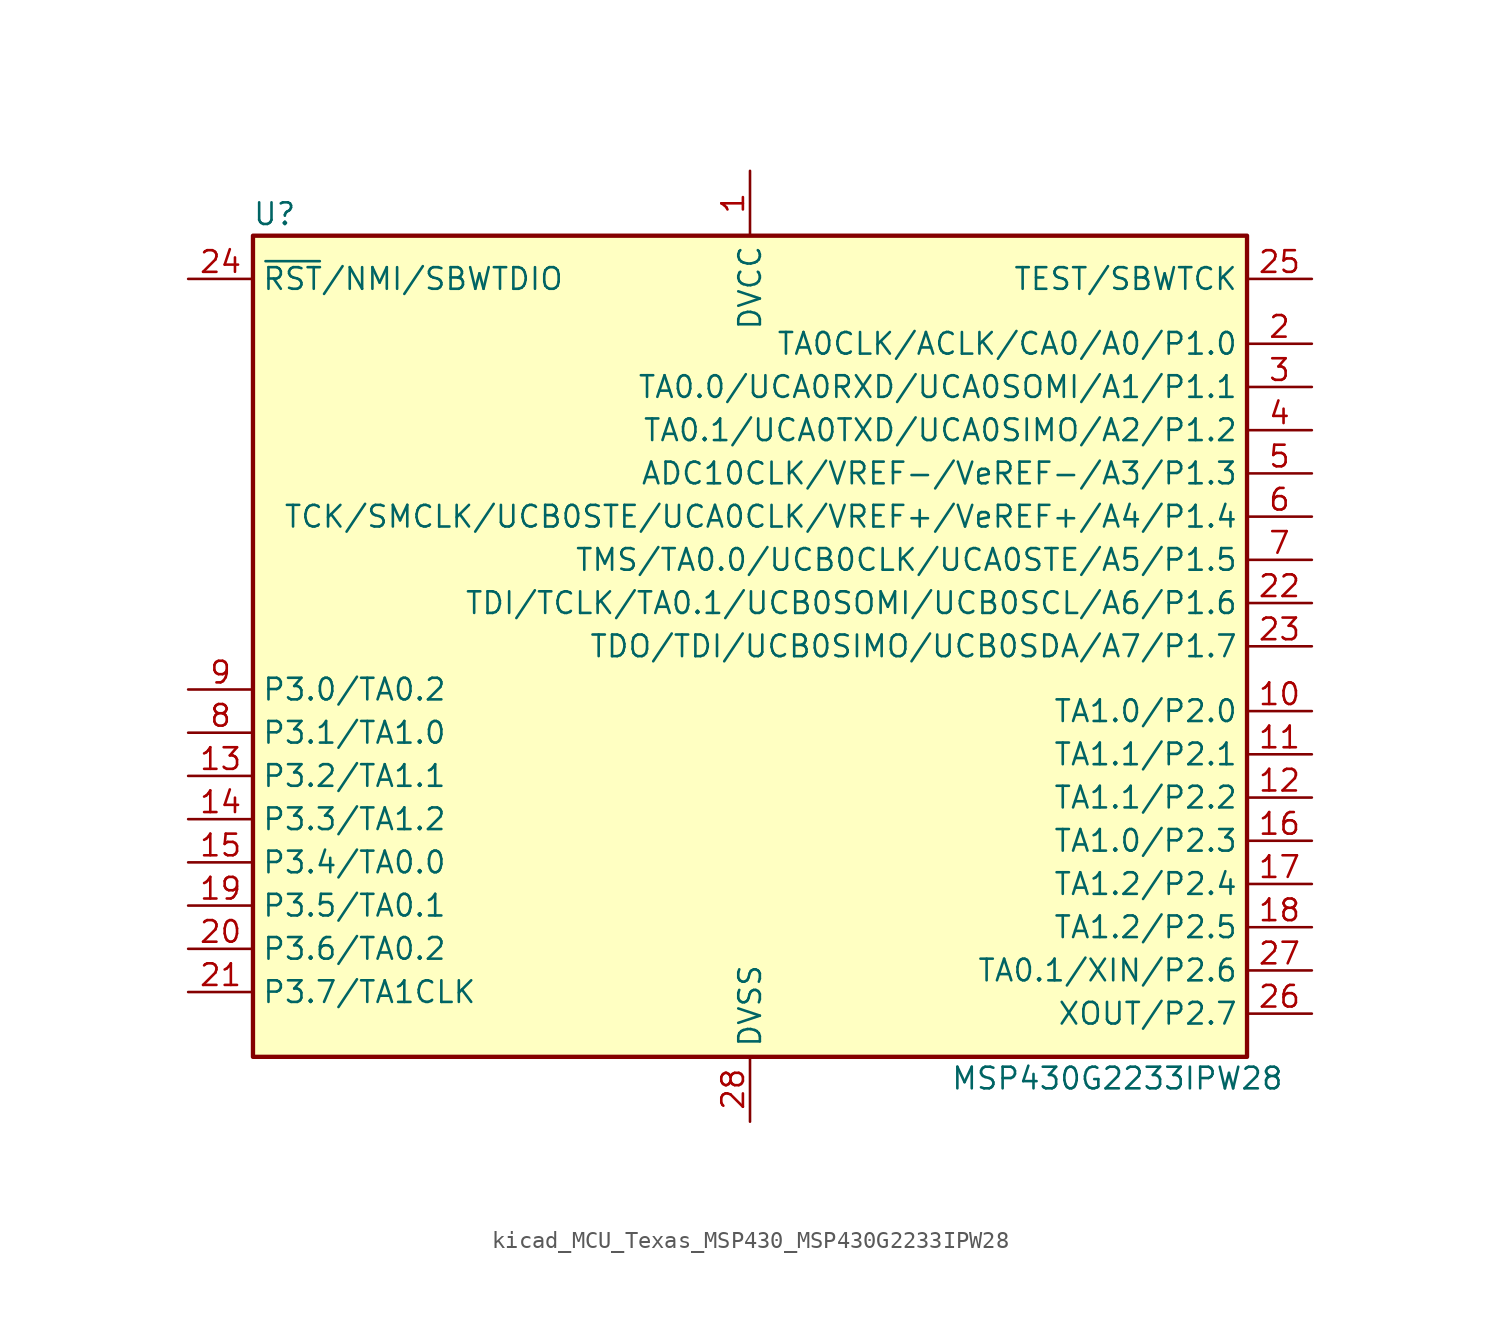
<source format=kicad_sym>
(kicad_symbol_lib
  (version 20220914)
  (generator kicad_symbol_editor)
  (symbol "kicad_MCU_Texas_MSP430_MSP430G2233IPW28"
    (property "Reference" "U"
      (at -27.94 25.4 0)
      (effects (font (size 1.27 1.27))))
    (property "Value" "MSP430G2233IPW28"
      (at 21.59 -25.4 0)
      (effects (font (size 1.27 1.27))))
    (symbol "kicad_MCU_Texas_MSP430_MSP430G2233IPW28_0_1"
      (rectangle (start -29.21 24.13) (end 29.21 -24.13) (stroke (width 0.254) (type default)) (fill (type background))))
    (symbol "kicad_MCU_Texas_MSP430_MSP430G2233IPW28_1_1"
      (pin power_in line (at 0 27.94 270) (length 3.81) (name "DVCC" (effects (font (size 1.27 1.27)))) (number "1" (effects (font (size 1.27 1.27)))))
      (pin bidirectional line (at 33.02 -3.81 180) (length 3.81) (name "TA1.0/P2.0" (effects (font (size 1.27 1.27)))) (number "10" (effects (font (size 1.27 1.27)))))
      (pin bidirectional line (at 33.02 -6.35 180) (length 3.81) (name "TA1.1/P2.1" (effects (font (size 1.27 1.27)))) (number "11" (effects (font (size 1.27 1.27)))))
      (pin bidirectional line (at 33.02 -8.89 180) (length 3.81) (name "TA1.1/P2.2" (effects (font (size 1.27 1.27)))) (number "12" (effects (font (size 1.27 1.27)))))
      (pin bidirectional line (at -33.02 -7.62 0) (length 3.81) (name "P3.2/TA1.1" (effects (font (size 1.27 1.27)))) (number "13" (effects (font (size 1.27 1.27)))))
      (pin bidirectional line (at -33.02 -10.16 0) (length 3.81) (name "P3.3/TA1.2" (effects (font (size 1.27 1.27)))) (number "14" (effects (font (size 1.27 1.27)))))
      (pin bidirectional line (at -33.02 -12.7 0) (length 3.81) (name "P3.4/TA0.0" (effects (font (size 1.27 1.27)))) (number "15" (effects (font (size 1.27 1.27)))))
      (pin bidirectional line (at 33.02 -11.43 180) (length 3.81) (name "TA1.0/P2.3" (effects (font (size 1.27 1.27)))) (number "16" (effects (font (size 1.27 1.27)))))
      (pin bidirectional line (at 33.02 -13.97 180) (length 3.81) (name "TA1.2/P2.4" (effects (font (size 1.27 1.27)))) (number "17" (effects (font (size 1.27 1.27)))))
      (pin bidirectional line (at 33.02 -16.51 180) (length 3.81) (name "TA1.2/P2.5" (effects (font (size 1.27 1.27)))) (number "18" (effects (font (size 1.27 1.27)))))
      (pin bidirectional line (at -33.02 -15.24 0) (length 3.81) (name "P3.5/TA0.1" (effects (font (size 1.27 1.27)))) (number "19" (effects (font (size 1.27 1.27)))))
      (pin bidirectional line (at 33.02 17.78 180) (length 3.81) (name "TA0CLK/ACLK/CA0/A0/P1.0" (effects (font (size 1.27 1.27)))) (number "2" (effects (font (size 1.27 1.27)))))
      (pin bidirectional line (at -33.02 -17.78 0) (length 3.81) (name "P3.6/TA0.2" (effects (font (size 1.27 1.27)))) (number "20" (effects (font (size 1.27 1.27)))))
      (pin bidirectional line (at -33.02 -20.32 0) (length 3.81) (name "P3.7/TA1CLK" (effects (font (size 1.27 1.27)))) (number "21" (effects (font (size 1.27 1.27)))))
      (pin bidirectional line (at 33.02 2.54 180) (length 3.81) (name "TDI/TCLK/TA0.1/UCB0SOMI/UCB0SCL/A6/P1.6" (effects (font (size 1.27 1.27)))) (number "22" (effects (font (size 1.27 1.27)))))
      (pin bidirectional line (at 33.02 0 180) (length 3.81) (name "TDO/TDI/UCB0SIMO/UCB0SDA/A7/P1.7" (effects (font (size 1.27 1.27)))) (number "23" (effects (font (size 1.27 1.27)))))
      (pin input line (at -33.02 21.59 0) (length 3.81) (name "~{RST}/NMI/SBWTDIO" (effects (font (size 1.27 1.27)))) (number "24" (effects (font (size 1.27 1.27)))))
      (pin input line (at 33.02 21.59 180) (length 3.81) (name "TEST/SBWTCK" (effects (font (size 1.27 1.27)))) (number "25" (effects (font (size 1.27 1.27)))))
      (pin bidirectional line (at 33.02 -21.59 180) (length 3.81) (name "XOUT/P2.7" (effects (font (size 1.27 1.27)))) (number "26" (effects (font (size 1.27 1.27)))))
      (pin bidirectional line (at 33.02 -19.05 180) (length 3.81) (name "TA0.1/XIN/P2.6" (effects (font (size 1.27 1.27)))) (number "27" (effects (font (size 1.27 1.27)))))
      (pin power_in line (at 0 -27.94 90) (length 3.81) (name "DVSS" (effects (font (size 1.27 1.27)))) (number "28" (effects (font (size 1.27 1.27)))))
      (pin bidirectional line (at 33.02 15.24 180) (length 3.81) (name "TA0.0/UCA0RXD/UCA0SOMI/A1/P1.1" (effects (font (size 1.27 1.27)))) (number "3" (effects (font (size 1.27 1.27)))))
      (pin bidirectional line (at 33.02 12.7 180) (length 3.81) (name "TA0.1/UCA0TXD/UCA0SIMO/A2/P1.2" (effects (font (size 1.27 1.27)))) (number "4" (effects (font (size 1.27 1.27)))))
      (pin bidirectional line (at 33.02 10.16 180) (length 3.81) (name "ADC10CLK/VREF-/VeREF-/A3/P1.3" (effects (font (size 1.27 1.27)))) (number "5" (effects (font (size 1.27 1.27)))))
      (pin bidirectional line (at 33.02 7.62 180) (length 3.81) (name "TCK/SMCLK/UCB0STE/UCA0CLK/VREF+/VeREF+/A4/P1.4" (effects (font (size 1.27 1.27)))) (number "6" (effects (font (size 1.27 1.27)))))
      (pin bidirectional line (at 33.02 5.08 180) (length 3.81) (name "TMS/TA0.0/UCB0CLK/UCA0STE/A5/P1.5" (effects (font (size 1.27 1.27)))) (number "7" (effects (font (size 1.27 1.27)))))
      (pin bidirectional line (at -33.02 -5.08 0) (length 3.81) (name "P3.1/TA1.0" (effects (font (size 1.27 1.27)))) (number "8" (effects (font (size 1.27 1.27)))))
      (pin bidirectional line (at -33.02 -2.54 0) (length 3.81) (name "P3.0/TA0.2" (effects (font (size 1.27 1.27)))) (number "9" (effects (font (size 1.27 1.27))))))))
</source>
